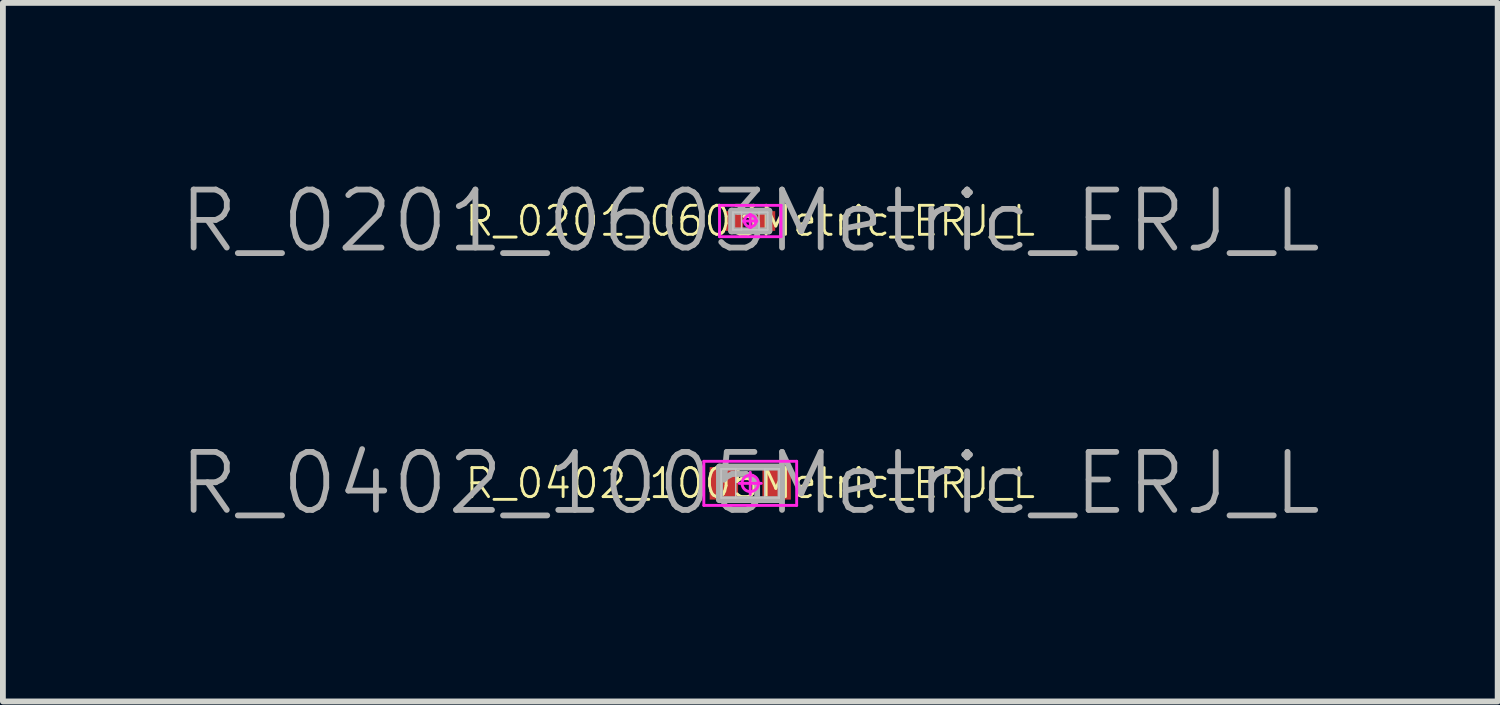
<source format=kicad_pcb>
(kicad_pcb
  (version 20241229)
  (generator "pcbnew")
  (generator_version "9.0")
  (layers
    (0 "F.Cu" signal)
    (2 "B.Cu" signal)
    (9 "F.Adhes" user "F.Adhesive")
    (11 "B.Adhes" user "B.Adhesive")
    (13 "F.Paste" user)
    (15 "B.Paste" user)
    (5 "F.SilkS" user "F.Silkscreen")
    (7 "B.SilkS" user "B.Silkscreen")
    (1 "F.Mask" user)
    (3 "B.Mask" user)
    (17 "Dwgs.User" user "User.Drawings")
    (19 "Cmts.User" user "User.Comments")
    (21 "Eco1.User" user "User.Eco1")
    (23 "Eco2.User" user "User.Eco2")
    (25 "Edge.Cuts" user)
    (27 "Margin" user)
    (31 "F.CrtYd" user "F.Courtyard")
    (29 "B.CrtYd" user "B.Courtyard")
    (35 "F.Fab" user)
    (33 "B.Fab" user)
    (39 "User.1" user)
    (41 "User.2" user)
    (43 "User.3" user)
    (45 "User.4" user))
  (footprint "R_0402_1005Metric_ERJ_L"
    (layer "F.Cu")
    (at 9.883 5.282)
    (property "Reference" "R_0402_1005Metric_ERJ_L" (at 0 0 0) (layer "F.Fab") (effects (font (size 1 1) (thickness 0.1))))
    (attr smd)
    (fp_line (start -0.5 -0.25) (end -0.25 -0.25) (stroke (width 0.025) (type solid)) (layer "Dwgs.User"))
    (fp_line (start -0.5 -0.25) (end 0.5 -0.25) (stroke (width 0.025) (type solid)) (layer "Dwgs.User"))
    (fp_line (start -0.5 0.25) (end -0.5 -0.25) (stroke (width 0.025) (type solid)) (layer "Dwgs.User"))
    (fp_line (start -0.5 0.25) (end -0.5 -0.25) (stroke (width 0.025) (type solid)) (layer "Dwgs.User"))
    (fp_line (start -0.25 -0.25) (end -0.25 0.25) (stroke (width 0.025) (type solid)) (layer "Dwgs.User"))
    (fp_line (start -0.25 0.25) (end -0.5 0.25) (stroke (width 0.025) (type solid)) (layer "Dwgs.User"))
    (fp_line (start 0.25 -0.25) (end 0.5 -0.25) (stroke (width 0.025) (type solid)) (layer "Dwgs.User"))
    (fp_line (start 0.25 0.25) (end 0.25 -0.25) (stroke (width 0.025) (type solid)) (layer "Dwgs.User"))
    (fp_line (start 0.5 -0.25) (end 0.5 0.25) (stroke (width 0.025) (type solid)) (layer "Dwgs.User"))
    (fp_line (start 0.5 -0.25) (end 0.5 0.25) (stroke (width 0.025) (type solid)) (layer "Dwgs.User"))
    (fp_line (start 0.5 0.25) (end -0.5 0.25) (stroke (width 0.025) (type solid)) (layer "Dwgs.User"))
    (fp_line (start 0.5 0.25) (end 0.25 0.25) (stroke (width 0.025) (type solid)) (layer "Dwgs.User"))
    (fp_line (start -0.8 -0.38) (end 0.8 -0.38) (stroke (width 0.05) (type solid)) (layer "F.CrtYd"))
    (fp_line (start -0.8 0.38) (end -0.8 -0.38) (stroke (width 0.05) (type solid)) (layer "F.CrtYd"))
    (fp_line (start 0 -0.19) (end 0 0.19) (stroke (width 0.05) (type solid)) (layer "F.CrtYd"))
    (fp_line (start 0.19 0) (end -0.19 0) (stroke (width 0.05) (type solid)) (layer "F.CrtYd"))
    (fp_line (start 0.8 -0.38) (end 0.8 0.38) (stroke (width 0.05) (type solid)) (layer "F.CrtYd"))
    (fp_line (start 0.8 0.38) (end -0.8 0.38) (stroke (width 0.05) (type solid)) (layer "F.CrtYd"))
    (fp_circle (center 0 0) (end 0 0.142) (stroke (width 0.05) (type solid)) (fill no) (layer "F.CrtYd"))
    (fp_line (start -0.53 -0.28) (end 0.53 -0.28) (stroke (width 0.12) (type solid)) (layer "F.Fab"))
    (fp_line (start -0.53 0.28) (end -0.53 -0.28) (stroke (width 0.12) (type solid)) (layer "F.Fab"))
    (fp_line (start 0.53 -0.28) (end 0.53 0.28) (stroke (width 0.12) (type solid)) (layer "F.Fab"))
    (fp_line (start 0.53 0.28) (end -0.53 0.28) (stroke (width 0.12) (type solid)) (layer "F.Fab"))
    (fp_text user "${REFERENCE}" (at 0 0 0) (layer "F.SilkS") (effects (font (size 0.5 0.5) (thickness 0.05))))
    (pad "1" smd rect (at -0.455 0) (size 0.49 0.56) (layers "F.Cu" "F.Mask" "F.Paste"))
    (pad "2" smd rect (at 0.455 0) (size 0.49 0.56) (layers "F.Cu" "F.Mask" "F.Paste")))
  (footprint "R_0201_0603Metric_ERJ_L"
    (layer "F.Cu")
    (at 9.883 0.76)
    (property "Reference" "R_0201_0603Metric_ERJ_L" (at 0 0 0) (layer "F.Fab") (effects (font (size 1 1) (thickness 0.1))))
    (attr smd)
    (fp_line (start -0.3 -0.15) (end -0.15 -0.15) (stroke (width 0.025) (type solid)) (layer "Dwgs.User"))
    (fp_line (start -0.3 -0.15) (end 0.3 -0.15) (stroke (width 0.025) (type solid)) (layer "Dwgs.User"))
    (fp_line (start -0.3 0.15) (end -0.3 -0.15) (stroke (width 0.025) (type solid)) (layer "Dwgs.User"))
    (fp_line (start -0.3 0.15) (end -0.3 -0.15) (stroke (width 0.025) (type solid)) (layer "Dwgs.User"))
    (fp_line (start -0.15 -0.15) (end -0.15 0.15) (stroke (width 0.025) (type solid)) (layer "Dwgs.User"))
    (fp_line (start -0.15 0.15) (end -0.3 0.15) (stroke (width 0.025) (type solid)) (layer "Dwgs.User"))
    (fp_line (start 0.15 -0.15) (end 0.3 -0.15) (stroke (width 0.025) (type solid)) (layer "Dwgs.User"))
    (fp_line (start 0.15 0.15) (end 0.15 -0.15) (stroke (width 0.025) (type solid)) (layer "Dwgs.User"))
    (fp_line (start 0.3 -0.15) (end 0.3 0.15) (stroke (width 0.025) (type solid)) (layer "Dwgs.User"))
    (fp_line (start 0.3 -0.15) (end 0.3 0.15) (stroke (width 0.025) (type solid)) (layer "Dwgs.User"))
    (fp_line (start 0.3 0.15) (end -0.3 0.15) (stroke (width 0.025) (type solid)) (layer "Dwgs.User"))
    (fp_line (start 0.3 0.15) (end 0.15 0.15) (stroke (width 0.025) (type solid)) (layer "Dwgs.User"))
    (fp_line (start -0.53 -0.27) (end 0.53 -0.27) (stroke (width 0.05) (type solid)) (layer "F.CrtYd"))
    (fp_line (start -0.53 0.27) (end -0.53 -0.27) (stroke (width 0.05) (type solid)) (layer "F.CrtYd"))
    (fp_line (start 0 -0.135) (end 0 0.135) (stroke (width 0.05) (type solid)) (layer "F.CrtYd"))
    (fp_line (start 0.135 0) (end -0.135 0) (stroke (width 0.05) (type solid)) (layer "F.CrtYd"))
    (fp_line (start 0.53 -0.27) (end 0.53 0.27) (stroke (width 0.05) (type solid)) (layer "F.CrtYd"))
    (fp_line (start 0.53 0.27) (end -0.53 0.27) (stroke (width 0.05) (type solid)) (layer "F.CrtYd"))
    (fp_circle (center 0 0) (end 0 0.101) (stroke (width 0.05) (type solid)) (fill no) (layer "F.CrtYd"))
    (fp_line (start -0.32 -0.17) (end 0.32 -0.17) (stroke (width 0.12) (type solid)) (layer "F.Fab"))
    (fp_line (start -0.32 0.17) (end -0.32 -0.17) (stroke (width 0.12) (type solid)) (layer "F.Fab"))
    (fp_line (start 0.32 -0.17) (end 0.32 0.17) (stroke (width 0.12) (type solid)) (layer "F.Fab"))
    (fp_line (start 0.32 0.17) (end -0.32 0.17) (stroke (width 0.12) (type solid)) (layer "F.Fab"))
    (fp_text user "${REFERENCE}" (at 0 0 0) (layer "F.SilkS") (effects (font (size 0.5 0.5) (thickness 0.05))))
    (pad "1" smd rect (at -0.275 0) (size 0.31 0.34) (layers "F.Cu" "F.Mask" "F.Paste"))
    (pad "2" smd rect (at 0.275 0) (size 0.31 0.34) (layers "F.Cu" "F.Mask" "F.Paste")))
  (gr_rect
    (start -3 -3)
    (end 22.767 9.042)
    (stroke (width 0.1) (type default))
    (fill no)
    (layer "Edge.Cuts")))
</source>
